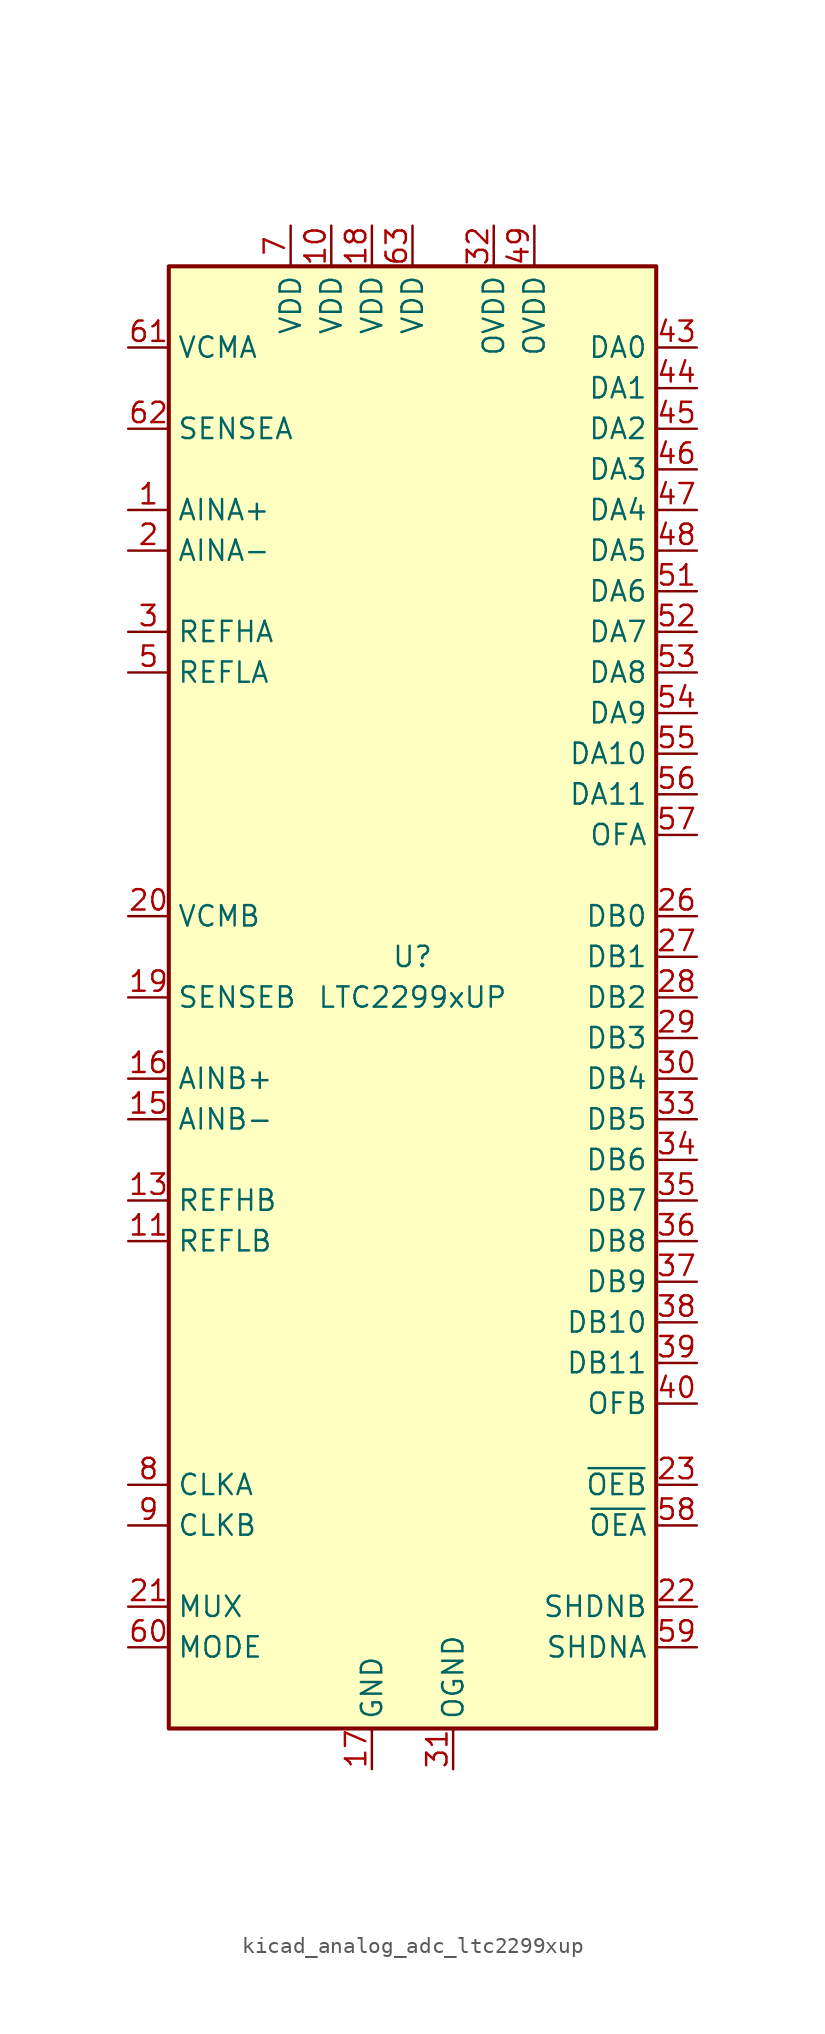
<source format=kicad_sym>
(kicad_symbol_lib
  (version 20220914)
  (generator kicad_symbol_editor)
  (symbol "kicad_analog_adc_ltc2299xup"
    (property "Reference" "U"
      (at 0 2.54 0)
      (effects (font (size 1.27 1.27))))
    (property "Value" "LTC2299xUP"
      (at 0 0 0)
      (effects (font (size 1.27 1.27))))
    (symbol "kicad_analog_adc_ltc2299xup_0_1"
      (rectangle (start -15.24 45.72) (end 15.24 -45.72) (stroke (width 0.254) (type default)) (fill (type background))))
    (symbol "kicad_analog_adc_ltc2299xup_1_1"
      (pin input line (at -17.78 30.48 0) (length 2.54) (name "AINA+" (effects (font (size 1.27 1.27)))) (number "1" (effects (font (size 1.27 1.27)))))
      (pin power_in line (at -5.08 48.26 270) (length 2.54) (name "VDD" (effects (font (size 1.27 1.27)))) (number "10" (effects (font (size 1.27 1.27)))))
      (pin input line (at -17.78 -15.24 0) (length 2.54) (name "REFLB" (effects (font (size 1.27 1.27)))) (number "11" (effects (font (size 1.27 1.27)))))
      (pin input line (at -17.78 -15.24 0) (length 2.54) hide (name "REFLB" (effects (font (size 1.27 1.27)))) (number "12" (effects (font (size 1.27 1.27)))))
      (pin input line (at -17.78 -12.7 0) (length 2.54) (name "REFHB" (effects (font (size 1.27 1.27)))) (number "13" (effects (font (size 1.27 1.27)))))
      (pin input line (at -17.78 -12.7 0) (length 2.54) hide (name "REFHB" (effects (font (size 1.27 1.27)))) (number "14" (effects (font (size 1.27 1.27)))))
      (pin input line (at -17.78 -7.62 0) (length 2.54) (name "AINB-" (effects (font (size 1.27 1.27)))) (number "15" (effects (font (size 1.27 1.27)))))
      (pin input line (at -17.78 -5.08 0) (length 2.54) (name "AINB+" (effects (font (size 1.27 1.27)))) (number "16" (effects (font (size 1.27 1.27)))))
      (pin power_in line (at -2.54 -48.26 90) (length 2.54) (name "GND" (effects (font (size 1.27 1.27)))) (number "17" (effects (font (size 1.27 1.27)))))
      (pin power_in line (at -2.54 48.26 270) (length 2.54) (name "VDD" (effects (font (size 1.27 1.27)))) (number "18" (effects (font (size 1.27 1.27)))))
      (pin input line (at -17.78 0 0) (length 2.54) (name "SENSEB" (effects (font (size 1.27 1.27)))) (number "19" (effects (font (size 1.27 1.27)))))
      (pin input line (at -17.78 27.94 0) (length 2.54) (name "AINA-" (effects (font (size 1.27 1.27)))) (number "2" (effects (font (size 1.27 1.27)))))
      (pin passive line (at -17.78 5.08 0) (length 2.54) (name "VCMB" (effects (font (size 1.27 1.27)))) (number "20" (effects (font (size 1.27 1.27)))))
      (pin input line (at -17.78 -38.1 0) (length 2.54) (name "MUX" (effects (font (size 1.27 1.27)))) (number "21" (effects (font (size 1.27 1.27)))))
      (pin input line (at 17.78 -38.1 180) (length 2.54) (name "SHDNB" (effects (font (size 1.27 1.27)))) (number "22" (effects (font (size 1.27 1.27)))))
      (pin input line (at 17.78 -30.48 180) (length 2.54) (name "~{OEB}" (effects (font (size 1.27 1.27)))) (number "23" (effects (font (size 1.27 1.27)))))
      (pin no_connect line (at -15.24 -20.32 0) (length 2.54) hide (name "NC" (effects (font (size 1.27 1.27)))) (number "24" (effects (font (size 1.27 1.27)))))
      (pin no_connect line (at -15.24 -22.86 0) (length 2.54) hide (name "NC" (effects (font (size 1.27 1.27)))) (number "25" (effects (font (size 1.27 1.27)))))
      (pin output line (at 17.78 5.08 180) (length 2.54) (name "DB0" (effects (font (size 1.27 1.27)))) (number "26" (effects (font (size 1.27 1.27)))))
      (pin output line (at 17.78 2.54 180) (length 2.54) (name "DB1" (effects (font (size 1.27 1.27)))) (number "27" (effects (font (size 1.27 1.27)))))
      (pin output line (at 17.78 0 180) (length 2.54) (name "DB2" (effects (font (size 1.27 1.27)))) (number "28" (effects (font (size 1.27 1.27)))))
      (pin output line (at 17.78 -2.54 180) (length 2.54) (name "DB3" (effects (font (size 1.27 1.27)))) (number "29" (effects (font (size 1.27 1.27)))))
      (pin input line (at -17.78 22.86 0) (length 2.54) (name "REFHA" (effects (font (size 1.27 1.27)))) (number "3" (effects (font (size 1.27 1.27)))))
      (pin output line (at 17.78 -5.08 180) (length 2.54) (name "DB4" (effects (font (size 1.27 1.27)))) (number "30" (effects (font (size 1.27 1.27)))))
      (pin power_in line (at 2.54 -48.26 90) (length 2.54) (name "OGND" (effects (font (size 1.27 1.27)))) (number "31" (effects (font (size 1.27 1.27)))))
      (pin power_in line (at 5.08 48.26 270) (length 2.54) (name "OVDD" (effects (font (size 1.27 1.27)))) (number "32" (effects (font (size 1.27 1.27)))))
      (pin output line (at 17.78 -7.62 180) (length 2.54) (name "DB5" (effects (font (size 1.27 1.27)))) (number "33" (effects (font (size 1.27 1.27)))))
      (pin output line (at 17.78 -10.16 180) (length 2.54) (name "DB6" (effects (font (size 1.27 1.27)))) (number "34" (effects (font (size 1.27 1.27)))))
      (pin output line (at 17.78 -12.7 180) (length 2.54) (name "DB7" (effects (font (size 1.27 1.27)))) (number "35" (effects (font (size 1.27 1.27)))))
      (pin output line (at 17.78 -15.24 180) (length 2.54) (name "DB8" (effects (font (size 1.27 1.27)))) (number "36" (effects (font (size 1.27 1.27)))))
      (pin output line (at 17.78 -17.78 180) (length 2.54) (name "DB9" (effects (font (size 1.27 1.27)))) (number "37" (effects (font (size 1.27 1.27)))))
      (pin output line (at 17.78 -20.32 180) (length 2.54) (name "DB10" (effects (font (size 1.27 1.27)))) (number "38" (effects (font (size 1.27 1.27)))))
      (pin output line (at 17.78 -22.86 180) (length 2.54) (name "DB11" (effects (font (size 1.27 1.27)))) (number "39" (effects (font (size 1.27 1.27)))))
      (pin input line (at -17.78 22.86 0) (length 2.54) hide (name "REFHA" (effects (font (size 1.27 1.27)))) (number "4" (effects (font (size 1.27 1.27)))))
      (pin output line (at 17.78 -25.4 180) (length 2.54) (name "OFB" (effects (font (size 1.27 1.27)))) (number "40" (effects (font (size 1.27 1.27)))))
      (pin no_connect line (at -15.24 -25.4 0) (length 2.54) hide (name "NC" (effects (font (size 1.27 1.27)))) (number "41" (effects (font (size 1.27 1.27)))))
      (pin no_connect line (at -15.24 -27.94 0) (length 2.54) hide (name "NC" (effects (font (size 1.27 1.27)))) (number "42" (effects (font (size 1.27 1.27)))))
      (pin output line (at 17.78 40.64 180) (length 2.54) (name "DA0" (effects (font (size 1.27 1.27)))) (number "43" (effects (font (size 1.27 1.27)))))
      (pin output line (at 17.78 38.1 180) (length 2.54) (name "DA1" (effects (font (size 1.27 1.27)))) (number "44" (effects (font (size 1.27 1.27)))))
      (pin output line (at 17.78 35.56 180) (length 2.54) (name "DA2" (effects (font (size 1.27 1.27)))) (number "45" (effects (font (size 1.27 1.27)))))
      (pin output line (at 17.78 33.02 180) (length 2.54) (name "DA3" (effects (font (size 1.27 1.27)))) (number "46" (effects (font (size 1.27 1.27)))))
      (pin output line (at 17.78 30.48 180) (length 2.54) (name "DA4" (effects (font (size 1.27 1.27)))) (number "47" (effects (font (size 1.27 1.27)))))
      (pin output line (at 17.78 27.94 180) (length 2.54) (name "DA5" (effects (font (size 1.27 1.27)))) (number "48" (effects (font (size 1.27 1.27)))))
      (pin power_in line (at 7.62 48.26 270) (length 2.54) (name "OVDD" (effects (font (size 1.27 1.27)))) (number "49" (effects (font (size 1.27 1.27)))))
      (pin input line (at -17.78 20.32 0) (length 2.54) (name "REFLA" (effects (font (size 1.27 1.27)))) (number "5" (effects (font (size 1.27 1.27)))))
      (pin passive line (at 2.54 -48.26 90) (length 2.54) hide (name "OGND" (effects (font (size 1.27 1.27)))) (number "50" (effects (font (size 1.27 1.27)))))
      (pin output line (at 17.78 25.4 180) (length 2.54) (name "DA6" (effects (font (size 1.27 1.27)))) (number "51" (effects (font (size 1.27 1.27)))))
      (pin output line (at 17.78 22.86 180) (length 2.54) (name "DA7" (effects (font (size 1.27 1.27)))) (number "52" (effects (font (size 1.27 1.27)))))
      (pin output line (at 17.78 20.32 180) (length 2.54) (name "DA8" (effects (font (size 1.27 1.27)))) (number "53" (effects (font (size 1.27 1.27)))))
      (pin output line (at 17.78 17.78 180) (length 2.54) (name "DA9" (effects (font (size 1.27 1.27)))) (number "54" (effects (font (size 1.27 1.27)))))
      (pin output line (at 17.78 15.24 180) (length 2.54) (name "DA10" (effects (font (size 1.27 1.27)))) (number "55" (effects (font (size 1.27 1.27)))))
      (pin output line (at 17.78 12.7 180) (length 2.54) (name "DA11" (effects (font (size 1.27 1.27)))) (number "56" (effects (font (size 1.27 1.27)))))
      (pin output line (at 17.78 10.16 180) (length 2.54) (name "OFA" (effects (font (size 1.27 1.27)))) (number "57" (effects (font (size 1.27 1.27)))))
      (pin input line (at 17.78 -33.02 180) (length 2.54) (name "~{OEA}" (effects (font (size 1.27 1.27)))) (number "58" (effects (font (size 1.27 1.27)))))
      (pin input line (at 17.78 -40.64 180) (length 2.54) (name "SHDNA" (effects (font (size 1.27 1.27)))) (number "59" (effects (font (size 1.27 1.27)))))
      (pin input line (at -17.78 20.32 0) (length 2.54) hide (name "REFLA" (effects (font (size 1.27 1.27)))) (number "6" (effects (font (size 1.27 1.27)))))
      (pin input line (at -17.78 -40.64 0) (length 2.54) (name "MODE" (effects (font (size 1.27 1.27)))) (number "60" (effects (font (size 1.27 1.27)))))
      (pin passive line (at -17.78 40.64 0) (length 2.54) (name "VCMA" (effects (font (size 1.27 1.27)))) (number "61" (effects (font (size 1.27 1.27)))))
      (pin input line (at -17.78 35.56 0) (length 2.54) (name "SENSEA" (effects (font (size 1.27 1.27)))) (number "62" (effects (font (size 1.27 1.27)))))
      (pin power_in line (at 0 48.26 270) (length 2.54) (name "VDD" (effects (font (size 1.27 1.27)))) (number "63" (effects (font (size 1.27 1.27)))))
      (pin passive line (at -2.54 -48.26 90) (length 2.54) hide (name "GND" (effects (font (size 1.27 1.27)))) (number "64" (effects (font (size 1.27 1.27)))))
      (pin passive line (at -2.54 -48.26 90) (length 2.54) hide (name "GND" (effects (font (size 1.27 1.27)))) (number "65" (effects (font (size 1.27 1.27)))))
      (pin power_in line (at -7.62 48.26 270) (length 2.54) (name "VDD" (effects (font (size 1.27 1.27)))) (number "7" (effects (font (size 1.27 1.27)))))
      (pin input line (at -17.78 -30.48 0) (length 2.54) (name "CLKA" (effects (font (size 1.27 1.27)))) (number "8" (effects (font (size 1.27 1.27)))))
      (pin input line (at -17.78 -33.02 0) (length 2.54) (name "CLKB" (effects (font (size 1.27 1.27)))) (number "9" (effects (font (size 1.27 1.27))))))))
</source>
